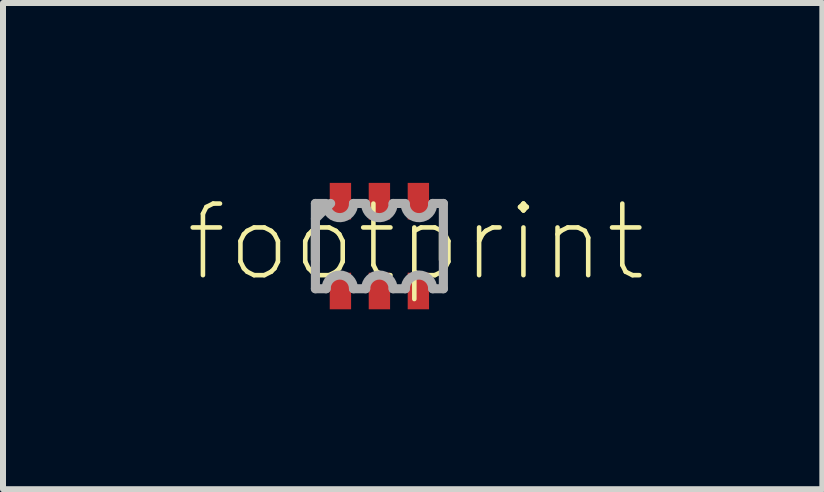
<source format=kicad_pcb>
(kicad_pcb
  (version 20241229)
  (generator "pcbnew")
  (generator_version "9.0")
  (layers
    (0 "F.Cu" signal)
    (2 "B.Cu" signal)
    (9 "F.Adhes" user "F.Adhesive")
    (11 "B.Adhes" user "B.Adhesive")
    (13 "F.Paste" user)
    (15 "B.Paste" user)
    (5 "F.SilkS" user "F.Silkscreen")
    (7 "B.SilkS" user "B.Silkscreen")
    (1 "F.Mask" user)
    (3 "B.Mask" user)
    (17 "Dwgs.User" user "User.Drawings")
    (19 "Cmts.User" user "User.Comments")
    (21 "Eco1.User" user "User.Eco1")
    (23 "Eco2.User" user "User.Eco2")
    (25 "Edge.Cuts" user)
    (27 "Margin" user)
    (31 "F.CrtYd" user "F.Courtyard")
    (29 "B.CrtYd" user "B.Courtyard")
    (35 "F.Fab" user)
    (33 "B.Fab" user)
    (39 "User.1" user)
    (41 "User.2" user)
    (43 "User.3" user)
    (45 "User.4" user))
  (footprint "footprint"
    (layer "F.Cu")
    (at 3.277 1.054)
    (property "Reference" "footprint" (at -3.277 0.635 0) (layer "F.SilkS") (effects (font (size 1.194 1.194) (thickness 0.076)) (justify left bottom)))
    (fp_line (start -1.067 0.229) (end -1.067 -0.229) (stroke (width 0.152) (type solid)) (layer "F.SilkS"))
    (fp_line (start 1.067 0.229) (end 1.067 -0.229) (stroke (width 0.152) (type solid)) (layer "F.SilkS"))
    (fp_line (start -1.067 -0.711) (end -1.067 0.711) (stroke (width 0.152) (type solid)) (layer "F.Fab"))
    (fp_line (start -0.889 -0.711) (end -1.067 -0.711) (stroke (width 0.152) (type solid)) (layer "F.Fab"))
    (fp_line (start -0.889 0.711) (end -1.067 0.711) (stroke (width 0.152) (type solid)) (layer "F.Fab"))
    (fp_line (start -0.813 -0.711) (end -1.067 -0.457) (stroke (width 0.152) (type solid)) (layer "F.Fab"))
    (fp_line (start -0.229 -0.711) (end -0.432 -0.711) (stroke (width 0.152) (type solid)) (layer "F.Fab"))
    (fp_line (start -0.229 0.711) (end -0.432 0.711) (stroke (width 0.152) (type solid)) (layer "F.Fab"))
    (fp_line (start 0.432 -0.711) (end 0.229 -0.711) (stroke (width 0.152) (type solid)) (layer "F.Fab"))
    (fp_line (start 0.432 0.711) (end 0.229 0.711) (stroke (width 0.152) (type solid)) (layer "F.Fab"))
    (fp_line (start 0.889 -0.711) (end 1.067 -0.711) (stroke (width 0.152) (type solid)) (layer "F.Fab"))
    (fp_line (start 0.889 0.711) (end 1.067 0.711) (stroke (width 0.152) (type solid)) (layer "F.Fab"))
    (fp_line (start 1.067 -0.711) (end 1.067 0.711) (stroke (width 0.152) (type solid)) (layer "F.Fab"))
    (fp_arc (start -0.889 0.7112) (mid -0.6604 0.4826) (end -0.4318 0.7112) (stroke (width 0.1524) (type solid)) (layer "F.Fab"))
    (fp_arc (start -0.4318 -0.7112) (mid -0.6477 -0.4699) (end -0.889 -0.6858) (stroke (width 0.1524) (type solid)) (layer "F.Fab"))
    (fp_arc (start -0.2286 0.7112) (mid 0 0.4826) (end 0.2286 0.7112) (stroke (width 0.1524) (type solid)) (layer "F.Fab"))
    (fp_arc (start 0.2286 -0.7112) (mid 0.0127 -0.4699) (end -0.2286 -0.6858) (stroke (width 0.1524) (type solid)) (layer "F.Fab"))
    (fp_arc (start 0.4318 0.7112) (mid 0.6604 0.4826) (end 0.889 0.7112) (stroke (width 0.1524) (type solid)) (layer "F.Fab"))
    (fp_arc (start 0.889 -0.7112) (mid 0.6731 -0.4699) (end 0.4318 -0.6858) (stroke (width 0.1524) (type solid)) (layer "F.Fab"))
    (pad "1" smd rect (at -0.65 0.749 90) (size 0.61 0.356) (layers "F.Cu" "F.Mask" "F.Paste"))
    (pad "2" smd rect (at 0 0.749 90) (size 0.61 0.356) (layers "F.Cu" "F.Mask" "F.Paste"))
    (pad "3" smd rect (at 0.65 0.749 90) (size 0.61 0.356) (layers "F.Cu" "F.Mask" "F.Paste"))
    (pad "4" smd rect (at 0.65 -0.749 270) (size 0.61 0.356) (layers "F.Cu" "F.Mask" "F.Paste"))
    (pad "5" smd rect (at 0 -0.749 270) (size 0.61 0.356) (layers "F.Cu" "F.Mask" "F.Paste"))
    (pad "6" smd rect (at -0.65 -0.749 270) (size 0.61 0.356) (layers "F.Cu" "F.Mask" "F.Paste")))
  (gr_rect
    (start -3 -3)
    (end 10.664 5.108)
    (stroke (width 0.1) (type default))
    (fill no)
    (layer "Edge.Cuts")))
</source>
